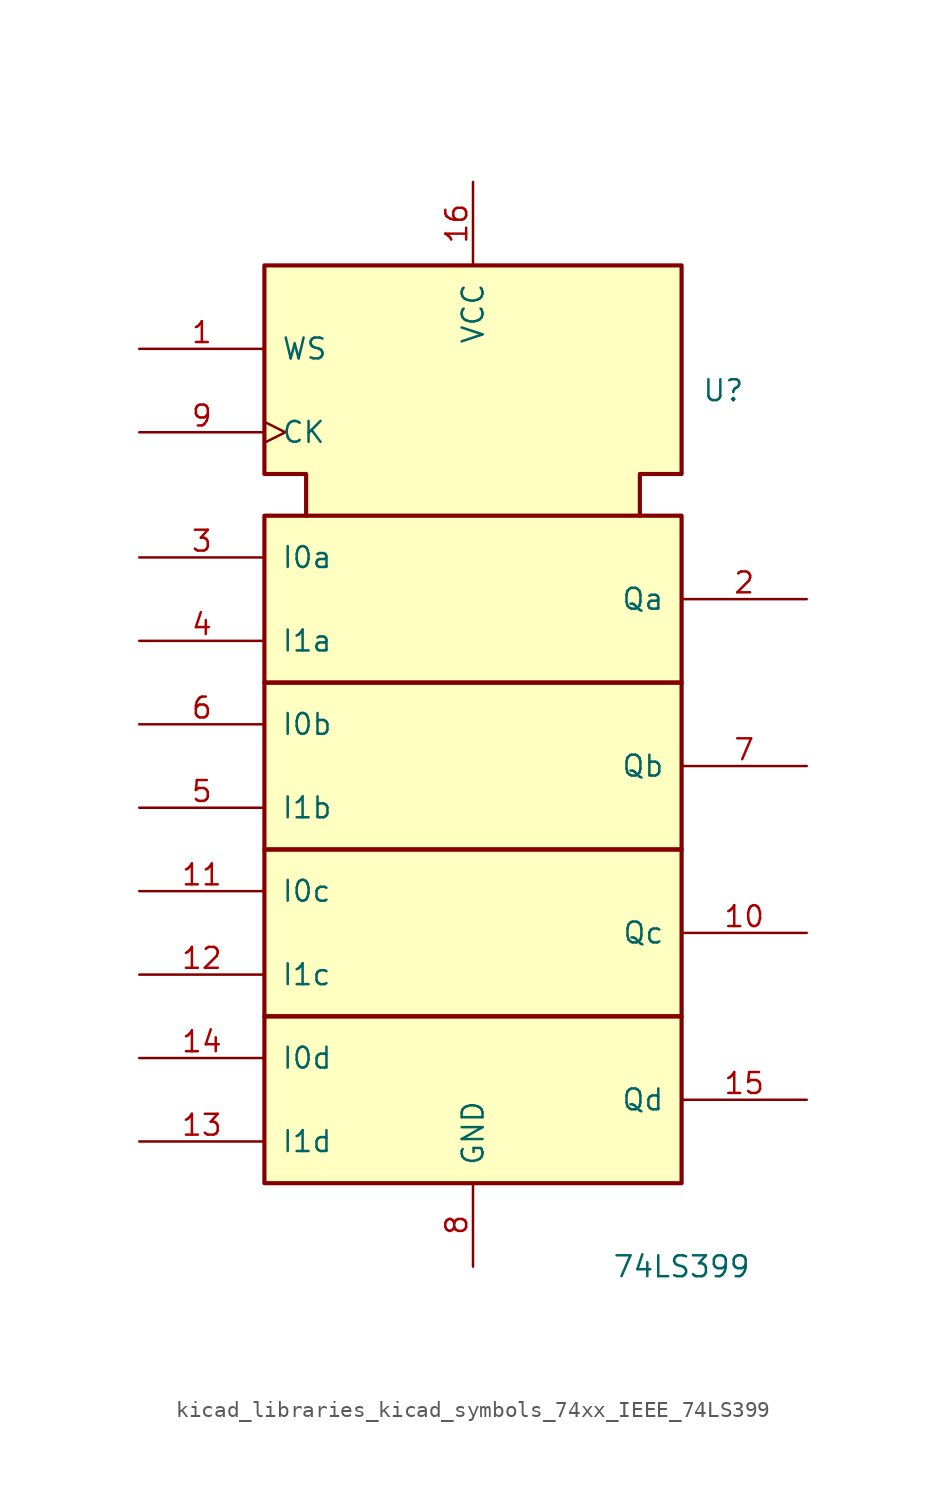
<source format=kicad_sym>
(kicad_symbol_lib
  (version 20220914)
  (generator kicad_symbol_editor)
  (symbol "kicad_libraries_kicad_symbols_74xx_IEEE_74LS399"
    (pin_names
      (offset 1.016))
    (property "Reference" "U"
      (at 15.24 20.32 0)
      (effects (font (size 1.27 1.27))))
    (property "Value" "74LS399"
      (at 12.7 -33.02 0)
      (effects (font (size 1.27 1.27))))
    (symbol "kicad_libraries_kicad_symbols_74xx_IEEE_74LS399_0_0"
      (rectangle (start -12.7 -17.78) (end 12.7 -27.94) (stroke (width 0.254) (type default)) (fill (type background)))
      (rectangle (start -12.7 -7.62) (end 12.7 -17.78) (stroke (width 0.254) (type default)) (fill (type background)))
      (rectangle (start -12.7 2.54) (end 12.7 -7.62) (stroke (width 0.254) (type default)) (fill (type background)))
      (rectangle (start -12.7 12.7) (end 12.7 2.54) (stroke (width 0.254) (type default)) (fill (type background)))
      (polyline (pts (xy -10.16 12.7) (xy -10.16 15.24) (xy -12.7 15.24) (xy -12.7 27.94) (xy 12.7 27.94) (xy 12.7 15.24) (xy 10.16 15.24) (xy 10.16 12.7) (xy 10.16 12.7)) (stroke (width 0.254) (type default)) (fill (type background)))
      (pin power_in line (at 0 33.02 270) (length 5.08) (name "VCC" (effects (font (size 1.27 1.27)))) (number "16" (effects (font (size 1.27 1.27)))))
      (pin power_in line (at 0 -33.02 90) (length 5.08) (name "GND" (effects (font (size 1.27 1.27)))) (number "8" (effects (font (size 1.27 1.27))))))
    (symbol "kicad_libraries_kicad_symbols_74xx_IEEE_74LS399_1_1"
      (pin input line (at -20.32 22.86 0) (length 7.62) (name "WS" (effects (font (size 1.27 1.27)))) (number "1" (effects (font (size 1.27 1.27)))))
      (pin tri_state line (at 20.32 -12.7 180) (length 7.62) (name "Qc" (effects (font (size 1.27 1.27)))) (number "10" (effects (font (size 1.27 1.27)))))
      (pin input line (at -20.32 -10.16 0) (length 7.62) (name "I0c" (effects (font (size 1.27 1.27)))) (number "11" (effects (font (size 1.27 1.27)))))
      (pin input line (at -20.32 -15.24 0) (length 7.62) (name "I1c" (effects (font (size 1.27 1.27)))) (number "12" (effects (font (size 1.27 1.27)))))
      (pin input line (at -20.32 -25.4 0) (length 7.62) (name "I1d" (effects (font (size 1.27 1.27)))) (number "13" (effects (font (size 1.27 1.27)))))
      (pin input line (at -20.32 -20.32 0) (length 7.62) (name "I0d" (effects (font (size 1.27 1.27)))) (number "14" (effects (font (size 1.27 1.27)))))
      (pin tri_state line (at 20.32 -22.86 180) (length 7.62) (name "Qd" (effects (font (size 1.27 1.27)))) (number "15" (effects (font (size 1.27 1.27)))))
      (pin tri_state line (at 20.32 7.62 180) (length 7.62) (name "Qa" (effects (font (size 1.27 1.27)))) (number "2" (effects (font (size 1.27 1.27)))))
      (pin input line (at -20.32 10.16 0) (length 7.62) (name "I0a" (effects (font (size 1.27 1.27)))) (number "3" (effects (font (size 1.27 1.27)))))
      (pin input line (at -20.32 5.08 0) (length 7.62) (name "I1a" (effects (font (size 1.27 1.27)))) (number "4" (effects (font (size 1.27 1.27)))))
      (pin input line (at -20.32 -5.08 0) (length 7.62) (name "I1b" (effects (font (size 1.27 1.27)))) (number "5" (effects (font (size 1.27 1.27)))))
      (pin input line (at -20.32 0 0) (length 7.62) (name "I0b" (effects (font (size 1.27 1.27)))) (number "6" (effects (font (size 1.27 1.27)))))
      (pin tri_state line (at 20.32 -2.54 180) (length 7.62) (name "Qb" (effects (font (size 1.27 1.27)))) (number "7" (effects (font (size 1.27 1.27)))))
      (pin input clock (at -20.32 17.78 0) (length 7.62) (name "CK" (effects (font (size 1.27 1.27)))) (number "9" (effects (font (size 1.27 1.27))))))))
</source>
